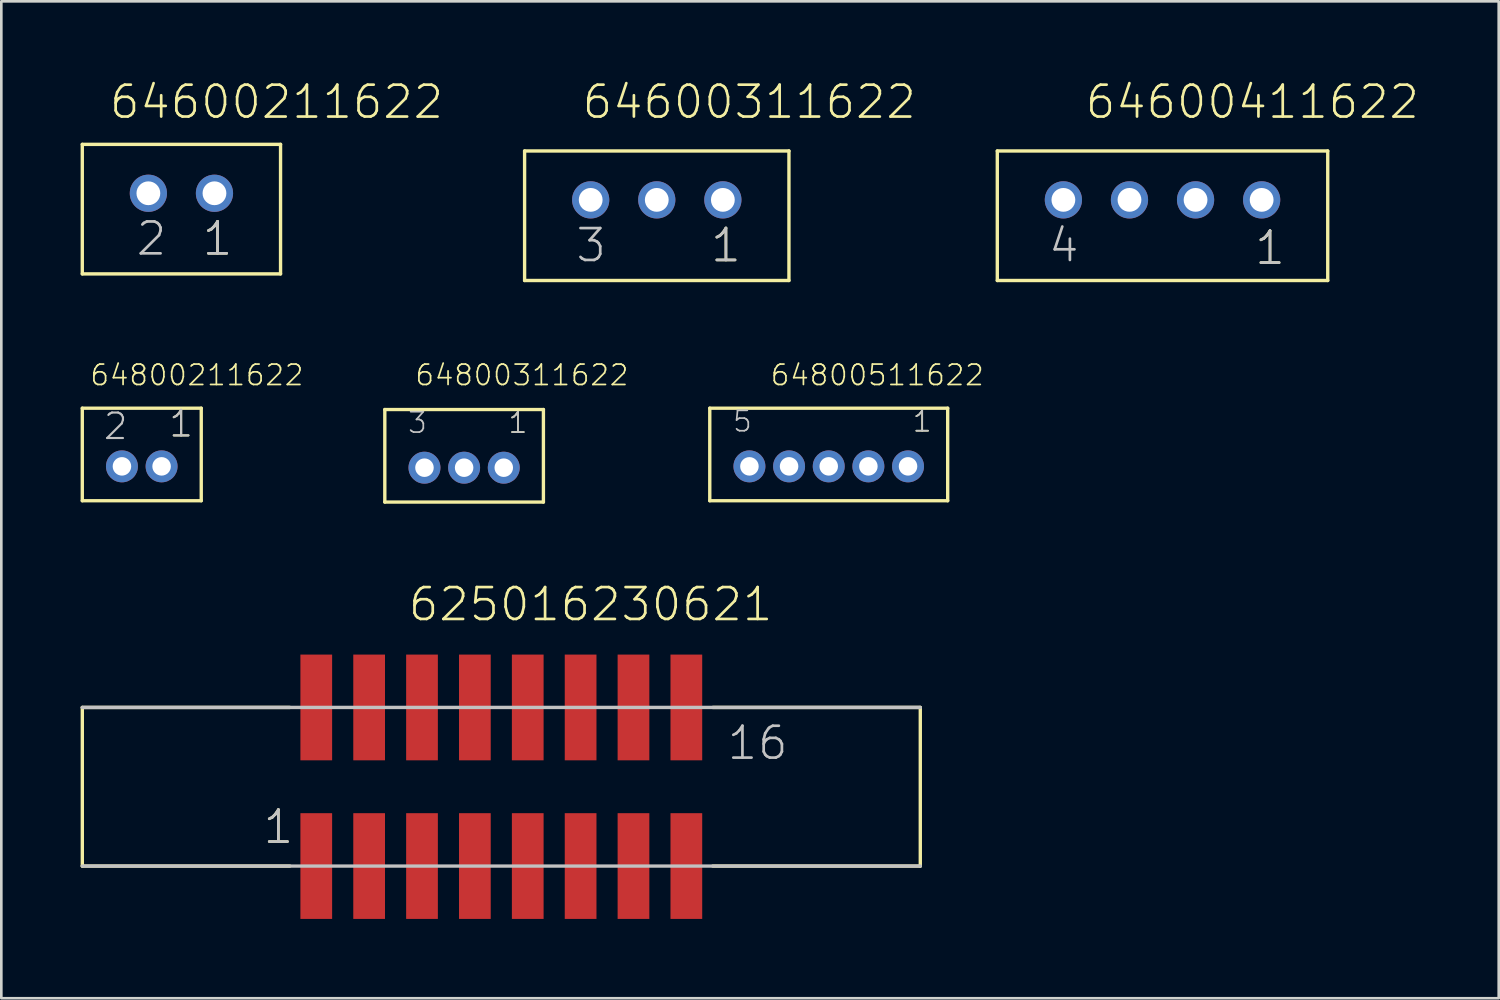
<source format=kicad_pcb>
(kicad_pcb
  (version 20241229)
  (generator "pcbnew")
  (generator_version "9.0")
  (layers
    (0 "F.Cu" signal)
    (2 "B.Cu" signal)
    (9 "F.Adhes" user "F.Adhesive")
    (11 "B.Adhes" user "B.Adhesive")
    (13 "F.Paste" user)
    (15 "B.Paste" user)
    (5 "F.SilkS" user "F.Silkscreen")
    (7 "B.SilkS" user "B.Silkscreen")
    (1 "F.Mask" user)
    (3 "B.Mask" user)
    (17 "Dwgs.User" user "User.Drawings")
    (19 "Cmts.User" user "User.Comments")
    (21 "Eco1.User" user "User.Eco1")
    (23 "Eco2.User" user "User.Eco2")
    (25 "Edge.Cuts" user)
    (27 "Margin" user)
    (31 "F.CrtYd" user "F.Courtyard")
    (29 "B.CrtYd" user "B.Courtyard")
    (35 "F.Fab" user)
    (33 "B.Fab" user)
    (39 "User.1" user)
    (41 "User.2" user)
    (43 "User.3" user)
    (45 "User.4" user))
  (footprint "64600411622"
    (layer "F.Cu")
    (at 40.927 4.511)
    (property "Reference" "64600411622" (at -2.985 -3 0) (layer "F.SilkS") (effects (font (size 1.206 1.206) (thickness 0.102)) (justify left bottom)))
    (attr through_hole)
    (fp_line (start -6.25 -1.85) (end 6.25 -1.85) (stroke (width 0.127) (type solid)) (layer "F.SilkS"))
    (fp_line (start -6.25 3.05) (end -6.25 -1.85) (stroke (width 0.127) (type solid)) (layer "F.SilkS"))
    (fp_line (start 6.25 -1.85) (end 6.25 3.05) (stroke (width 0.127) (type solid)) (layer "F.SilkS"))
    (fp_line (start 6.25 3.05) (end -6.25 3.05) (stroke (width 0.127) (type solid)) (layer "F.SilkS"))
    (fp_text user "1" (at 3.425 2.525 0) (layer "F.SilkS") (effects (font (size 1.206 1.206) (thickness 0.102)) (justify left bottom)))
    (fp_text user "4" (at -4.375 2.425 0) (layer "Dwgs.User") (effects (font (size 1.206 1.206) (thickness 0.102)) (justify left bottom)))
    (fp_text user "1" (at 3.425 2.525 0) (layer "Dwgs.User") (effects (font (size 1.206 1.206) (thickness 0.102)) (justify left bottom)))
    (pad "1" thru_hole circle (at 3.75 0) (size 1.408 1.408) (drill 0.9) (layers "*.Cu" "*.Mask"))
    (pad "2" thru_hole circle (at 1.25 0) (size 1.408 1.408) (drill 0.9) (layers "*.Cu" "*.Mask"))
    (pad "3" thru_hole circle (at -1.25 0) (size 1.408 1.408) (drill 0.9) (layers "*.Cu" "*.Mask"))
    (pad "4" thru_hole circle (at -3.75 0) (size 1.408 1.408) (drill 0.9) (layers "*.Cu" "*.Mask")))
  (footprint "64800511622"
    (layer "F.Cu")
    (at 28.3 14.592)
    (property "Reference" "64800511622" (at -2.25 -3 0) (layer "F.SilkS") (effects (font (size 0.772 0.772) (thickness 0.065)) (justify left bottom)))
    (attr through_hole)
    (fp_line (start -4.5 -2.2) (end 4.5 -2.2) (stroke (width 0.127) (type solid)) (layer "F.SilkS"))
    (fp_line (start -4.5 1.3) (end -4.5 -2.2) (stroke (width 0.127) (type solid)) (layer "F.SilkS"))
    (fp_line (start 4.5 -2.2) (end 4.5 1.3) (stroke (width 0.127) (type solid)) (layer "F.SilkS"))
    (fp_line (start 4.5 1.3) (end -4.5 1.3) (stroke (width 0.127) (type solid)) (layer "F.SilkS"))
    (fp_text user "1" (at 3.125 -1.25 0) (layer "F.SilkS") (effects (font (size 0.772 0.772) (thickness 0.065)) (justify left bottom)))
    (fp_text user "5" (at -3.675 -1.25 0) (layer "Dwgs.User") (effects (font (size 0.772 0.772) (thickness 0.065)) (justify left bottom)))
    (fp_text user "1" (at 3.125 -1.25 0) (layer "Dwgs.User") (effects (font (size 0.772 0.772) (thickness 0.065)) (justify left bottom)))
    (pad "1" thru_hole circle (at 3 0) (size 1.208 1.208) (drill 0.7) (layers "*.Cu" "*.Mask"))
    (pad "2" thru_hole circle (at 1.5 0) (size 1.208 1.208) (drill 0.7) (layers "*.Cu" "*.Mask"))
    (pad "3" thru_hole circle (at 0 0) (size 1.208 1.208) (drill 0.7) (layers "*.Cu" "*.Mask"))
    (pad "4" thru_hole circle (at -1.5 0) (size 1.208 1.208) (drill 0.7) (layers "*.Cu" "*.Mask"))
    (pad "5" thru_hole circle (at -3 0) (size 1.208 1.208) (drill 0.7) (layers "*.Cu" "*.Mask")))
  (footprint "64600311622"
    (layer "F.Cu")
    (at 21.795 4.511)
    (property "Reference" "64600311622" (at -2.885 -3 0) (layer "F.SilkS") (effects (font (size 1.206 1.206) (thickness 0.102)) (justify left bottom)))
    (attr through_hole)
    (fp_line (start -5 -1.85) (end 5 -1.85) (stroke (width 0.127) (type solid)) (layer "F.SilkS"))
    (fp_line (start -5 3.05) (end -5 -1.85) (stroke (width 0.127) (type solid)) (layer "F.SilkS"))
    (fp_line (start 5 -1.85) (end 5 3.05) (stroke (width 0.127) (type solid)) (layer "F.SilkS"))
    (fp_line (start 5 3.05) (end -5 3.05) (stroke (width 0.127) (type solid)) (layer "F.SilkS"))
    (fp_text user "1" (at 1.975 2.425 0) (layer "F.SilkS") (effects (font (size 1.206 1.206) (thickness 0.102)) (justify left bottom)))
    (fp_text user "1" (at 1.975 2.425 0) (layer "Dwgs.User") (effects (font (size 1.206 1.206) (thickness 0.102)) (justify left bottom)))
    (fp_text user "3" (at -3.125 2.425 0) (layer "Dwgs.User") (effects (font (size 1.206 1.206) (thickness 0.102)) (justify left bottom)))
    (pad "1" thru_hole circle (at 2.5 0) (size 1.408 1.408) (drill 0.9) (layers "*.Cu" "*.Mask"))
    (pad "2" thru_hole circle (at 0 0) (size 1.408 1.408) (drill 0.9) (layers "*.Cu" "*.Mask"))
    (pad "3" thru_hole circle (at -2.5 0) (size 1.408 1.408) (drill 0.9) (layers "*.Cu" "*.Mask")))
  (footprint "64600211622"
    (layer "F.Cu")
    (at 3.813 4.261)
    (property "Reference" "64600211622" (at -2.785 -2.75 0) (layer "F.SilkS") (effects (font (size 1.206 1.206) (thickness 0.102)) (justify left bottom)))
    (attr through_hole)
    (fp_line (start -3.75 -1.85) (end 3.75 -1.85) (stroke (width 0.127) (type solid)) (layer "F.SilkS"))
    (fp_line (start -3.75 3.05) (end -3.75 -1.85) (stroke (width 0.127) (type solid)) (layer "F.SilkS"))
    (fp_line (start 3.75 -1.85) (end 3.75 3.05) (stroke (width 0.127) (type solid)) (layer "F.SilkS"))
    (fp_line (start 3.75 3.05) (end -3.75 3.05) (stroke (width 0.127) (type solid)) (layer "F.SilkS"))
    (fp_text user "1" (at 0.725 2.425 0) (layer "F.SilkS") (effects (font (size 1.206 1.206) (thickness 0.102)) (justify left bottom)))
    (fp_text user "1" (at 0.725 2.425 0) (layer "Dwgs.User") (effects (font (size 1.206 1.206) (thickness 0.102)) (justify left bottom)))
    (fp_text user "2" (at -1.775 2.425 0) (layer "Dwgs.User") (effects (font (size 1.206 1.206) (thickness 0.102)) (justify left bottom)))
    (pad "1" thru_hole circle (at 1.25 0) (size 1.408 1.408) (drill 0.9) (layers "*.Cu" "*.Mask"))
    (pad "2" thru_hole circle (at -1.25 0) (size 1.408 1.408) (drill 0.9) (layers "*.Cu" "*.Mask")))
  (footprint "64800211622"
    (layer "F.Cu")
    (at 2.313 14.592)
    (property "Reference" "64800211622" (at -2 -3 0) (layer "F.SilkS") (effects (font (size 0.772 0.772) (thickness 0.065)) (justify left bottom)))
    (attr through_hole)
    (fp_line (start -2.25 -2.2) (end 2.25 -2.2) (stroke (width 0.127) (type solid)) (layer "F.SilkS"))
    (fp_line (start -2.25 1.3) (end -2.25 -2.2) (stroke (width 0.127) (type solid)) (layer "F.SilkS"))
    (fp_line (start 2.25 -2.2) (end 2.25 1.3) (stroke (width 0.127) (type solid)) (layer "F.SilkS"))
    (fp_line (start 2.25 1.3) (end -2.25 1.3) (stroke (width 0.127) (type solid)) (layer "F.SilkS"))
    (fp_text user "1" (at 0.975 -1.05 0) (layer "F.SilkS") (effects (font (size 0.965 0.965) (thickness 0.081)) (justify left bottom)))
    (fp_text user "2" (at -1.5 -0.95 0) (layer "Dwgs.User") (effects (font (size 0.965 0.965) (thickness 0.081)) (justify left bottom)))
    (fp_text user "1" (at 0.975 -1.05 0) (layer "Dwgs.User") (effects (font (size 0.965 0.965) (thickness 0.081)) (justify left bottom)))
    (pad "1" thru_hole circle (at 0.75 0) (size 1.208 1.208) (drill 0.7) (layers "*.Cu" "*.Mask"))
    (pad "2" thru_hole circle (at -0.75 0) (size 1.208 1.208) (drill 0.7) (layers "*.Cu" "*.Mask")))
  (footprint "625016230621"
    (layer "F.Cu")
    (at 15.914 26.712)
    (property "Reference" "625016230621" (at -3.58 -6.195 0) (layer "F.SilkS") (effects (font (size 1.206 1.206) (thickness 0.102)) (justify left bottom)))
    (attr through_hole)
    (fp_line (start -15.85 -3) (end -15.85 3) (stroke (width 0.127) (type solid)) (layer "F.SilkS"))
    (fp_line (start -8 -3) (end -15.85 -3) (stroke (width 0.127) (type solid)) (layer "F.SilkS"))
    (fp_line (start -8 3) (end -15.85 3) (stroke (width 0.127) (type solid)) (layer "F.SilkS"))
    (fp_line (start 8 -3) (end 15.85 -3) (stroke (width 0.127) (type solid)) (layer "F.SilkS"))
    (fp_line (start 8 3) (end 15.85 3) (stroke (width 0.127) (type solid)) (layer "F.SilkS"))
    (fp_line (start 15.85 3) (end 15.85 -3) (stroke (width 0.127) (type solid)) (layer "F.SilkS"))
    (fp_line (start -15.85 3) (end 15.85 3) (stroke (width 0.127) (type solid)) (layer "Dwgs.User"))
    (fp_line (start 15.85 -3) (end -15.85 -3) (stroke (width 0.127) (type solid)) (layer "Dwgs.User"))
    (fp_text user "1" (at -9.075 2.225 0) (layer "F.SilkS") (effects (font (size 1.206 1.206) (thickness 0.102)) (justify left bottom)))
    (fp_text user "1" (at -9.075 2.225 0) (layer "Dwgs.User") (effects (font (size 1.206 1.206) (thickness 0.102)) (justify left bottom)))
    (fp_text user "16" (at 8.48 -0.95 0) (layer "Dwgs.User") (effects (font (size 1.206 1.206) (thickness 0.102)) (justify left bottom)))
    (pad "1" smd rect (at -7 3 180) (size 1.2 4) (layers "F.Cu" "F.Mask" "F.Paste"))
    (pad "2" smd rect (at -7 -3 180) (size 1.2 4) (layers "F.Cu" "F.Mask" "F.Paste"))
    (pad "3" smd rect (at -5 3 180) (size 1.2 4) (layers "F.Cu" "F.Mask" "F.Paste"))
    (pad "4" smd rect (at -5 -3 180) (size 1.2 4) (layers "F.Cu" "F.Mask" "F.Paste"))
    (pad "5" smd rect (at -3 3 180) (size 1.2 4) (layers "F.Cu" "F.Mask" "F.Paste"))
    (pad "6" smd rect (at -3 -3 180) (size 1.2 4) (layers "F.Cu" "F.Mask" "F.Paste"))
    (pad "7" smd rect (at -1 3 180) (size 1.2 4) (layers "F.Cu" "F.Mask" "F.Paste"))
    (pad "8" smd rect (at -1 -3 180) (size 1.2 4) (layers "F.Cu" "F.Mask" "F.Paste"))
    (pad "9" smd rect (at 1 3 180) (size 1.2 4) (layers "F.Cu" "F.Mask" "F.Paste"))
    (pad "10" smd rect (at 1 -3 180) (size 1.2 4) (layers "F.Cu" "F.Mask" "F.Paste"))
    (pad "11" smd rect (at 3 3 180) (size 1.2 4) (layers "F.Cu" "F.Mask" "F.Paste"))
    (pad "12" smd rect (at 3 -3 180) (size 1.2 4) (layers "F.Cu" "F.Mask" "F.Paste"))
    (pad "13" smd rect (at 5 3 180) (size 1.2 4) (layers "F.Cu" "F.Mask" "F.Paste"))
    (pad "14" smd rect (at 5 -3 180) (size 1.2 4) (layers "F.Cu" "F.Mask" "F.Paste"))
    (pad "15" smd rect (at 7 3 180) (size 1.2 4) (layers "F.Cu" "F.Mask" "F.Paste"))
    (pad "16" smd rect (at 7 -3 180) (size 1.2 4) (layers "F.Cu" "F.Mask" "F.Paste")))
  (footprint "64800311622"
    (layer "F.Cu")
    (at 14.507 14.642)
    (property "Reference" "64800311622" (at -1.9 -3.05 0) (layer "F.SilkS") (effects (font (size 0.772 0.772) (thickness 0.065)) (justify left bottom)))
    (attr through_hole)
    (fp_line (start -3 -2.2) (end 3 -2.2) (stroke (width 0.127) (type solid)) (layer "F.SilkS"))
    (fp_line (start -3 1.3) (end -3 -2.2) (stroke (width 0.127) (type solid)) (layer "F.SilkS"))
    (fp_line (start 3 -2.2) (end 3 1.3) (stroke (width 0.127) (type solid)) (layer "F.SilkS"))
    (fp_line (start 3 1.3) (end -3 1.3) (stroke (width 0.127) (type solid)) (layer "F.SilkS"))
    (fp_text user "1" (at 1.625 -1.25 0) (layer "F.SilkS") (effects (font (size 0.772 0.772) (thickness 0.065)) (justify left bottom)))
    (fp_text user "3" (at -2.175 -1.25 0) (layer "Dwgs.User") (effects (font (size 0.772 0.772) (thickness 0.065)) (justify left bottom)))
    (fp_text user "1" (at 1.625 -1.25 0) (layer "Dwgs.User") (effects (font (size 0.772 0.772) (thickness 0.065)) (justify left bottom)))
    (pad "1" thru_hole circle (at 1.5 0) (size 1.208 1.208) (drill 0.7) (layers "*.Cu" "*.Mask"))
    (pad "2" thru_hole circle (at 0 0) (size 1.208 1.208) (drill 0.7) (layers "*.Cu" "*.Mask"))
    (pad "3" thru_hole circle (at -1.5 0) (size 1.208 1.208) (drill 0.7) (layers "*.Cu" "*.Mask")))
  (gr_rect
    (start -3 -3)
    (end 53.645 34.712)
    (stroke (width 0.1) (type default))
    (fill no)
    (layer "Edge.Cuts")))
</source>
